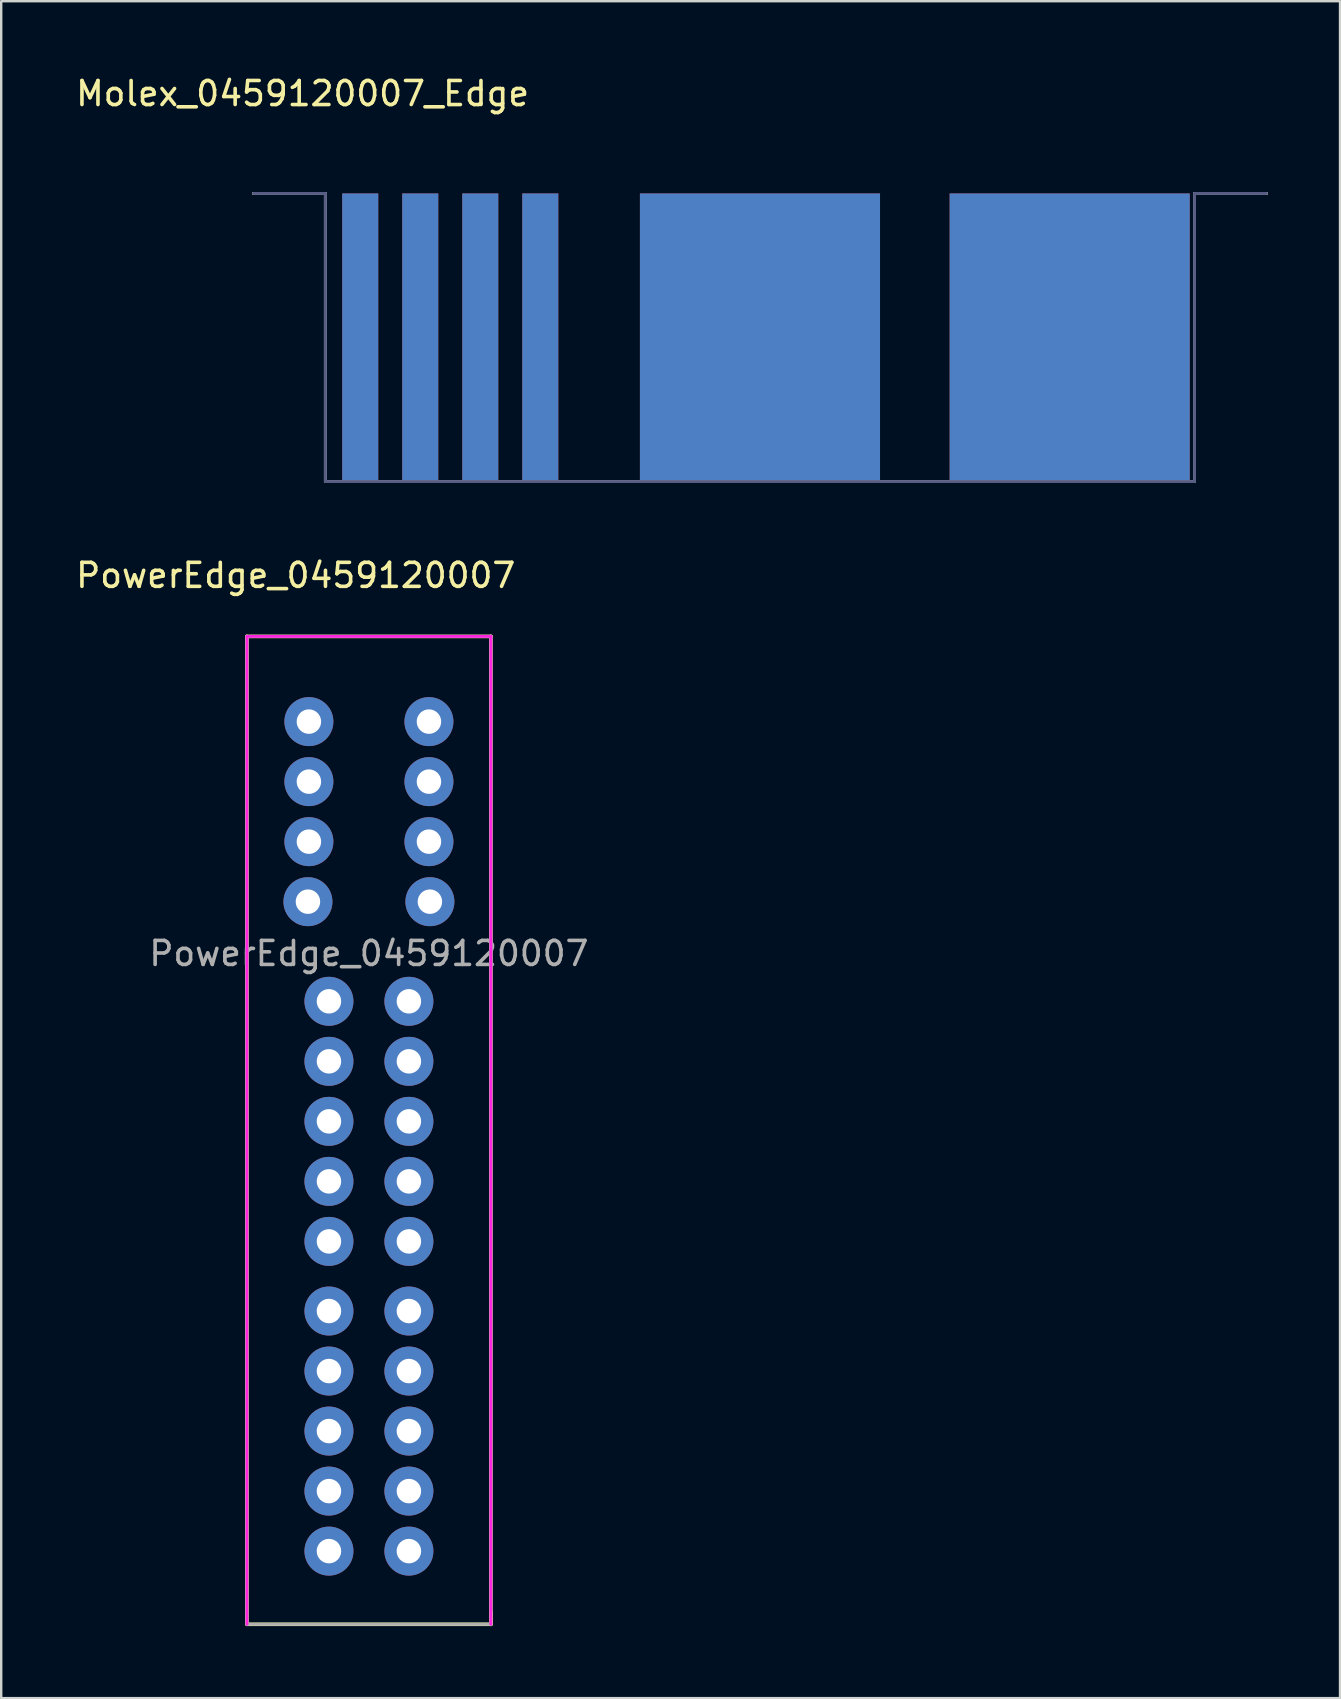
<source format=kicad_pcb>
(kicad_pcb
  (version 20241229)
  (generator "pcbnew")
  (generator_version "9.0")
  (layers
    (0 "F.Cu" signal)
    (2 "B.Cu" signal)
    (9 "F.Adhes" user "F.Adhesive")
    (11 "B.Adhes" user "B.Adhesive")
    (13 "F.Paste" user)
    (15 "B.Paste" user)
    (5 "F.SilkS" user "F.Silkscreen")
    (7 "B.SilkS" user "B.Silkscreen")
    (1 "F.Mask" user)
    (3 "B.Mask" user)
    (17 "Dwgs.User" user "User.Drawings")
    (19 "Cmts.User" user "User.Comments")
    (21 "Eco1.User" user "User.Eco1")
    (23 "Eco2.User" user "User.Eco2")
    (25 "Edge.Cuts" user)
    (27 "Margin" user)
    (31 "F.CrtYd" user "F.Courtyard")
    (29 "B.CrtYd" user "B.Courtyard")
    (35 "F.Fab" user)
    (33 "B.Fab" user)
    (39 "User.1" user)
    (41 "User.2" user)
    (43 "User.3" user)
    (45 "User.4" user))
  (footprint "PowerEdge_0459120007"
    (layer "F.Cu")
    (at 12.316 61.556)
    (property "Reference" "PowerEdge_0459120007" (at -3.048 -40.64 0) (layer "F.SilkS") (effects (font (size 1 1) (thickness 0.15))))
    (attr through_hole)
    (fp_line (start -5.08 -38.1) (end 5.08 -38.1) (stroke (width 0.15) (type solid)) (layer "F.SilkS"))
    (fp_line (start -5.08 3.048) (end -5.08 -38.1) (stroke (width 0.15) (type solid)) (layer "F.SilkS"))
    (fp_line (start -5.08 3.048) (end 5.08 3.048) (stroke (width 0.15) (type solid)) (layer "F.SilkS"))
    (fp_line (start 5.08 -38.1) (end 5.08 3.048) (stroke (width 0.15) (type solid)) (layer "F.SilkS"))
    (fp_line (start 5.08 3.048) (end 5.08 2.54) (stroke (width 0.15) (type solid)) (layer "F.SilkS"))
    (fp_line (start -5.08 -38.1) (end 5.08 -38.1) (stroke (width 0.12) (type solid)) (layer "F.CrtYd"))
    (fp_line (start -5.08 3.048) (end -5.08 -38.1) (stroke (width 0.12) (type solid)) (layer "F.CrtYd"))
    (fp_line (start 5.08 -38.1) (end 5.08 3.048) (stroke (width 0.12) (type solid)) (layer "F.CrtYd"))
    (fp_line (start -5.08 -38.1) (end -5.08 3.048) (stroke (width 0.12) (type solid)) (layer "F.Fab"))
    (fp_line (start -5.08 3.048) (end 5.08 3.048) (stroke (width 0.12) (type solid)) (layer "F.Fab"))
    (fp_line (start 5.08 -38.1) (end -5.08 -38.1) (stroke (width 0.12) (type solid)) (layer "F.Fab"))
    (fp_line (start 5.08 3.048) (end 5.08 -38.1) (stroke (width 0.12) (type solid)) (layer "F.Fab"))
    (fp_text user "${REFERENCE}" (at 0 -24.892 0) (layer "F.Fab") (effects (font (size 1 1) (thickness 0.15))))
    (pad "1" thru_hole circle (at -1.665 -10) (size 2.04 2.04) (drill 1.02) (layers "*.Cu" "*.Mask"))
    (pad "1" thru_hole circle (at -1.665 -7.5) (size 2.04 2.04) (drill 1.02) (layers "*.Cu" "*.Mask"))
    (pad "1" thru_hole circle (at -1.665 -5) (size 2.04 2.04) (drill 1.02) (layers "*.Cu" "*.Mask"))
    (pad "1" thru_hole circle (at -1.665 -2.5) (size 2.04 2.04) (drill 1.02) (layers "*.Cu" "*.Mask"))
    (pad "1" thru_hole circle (at -1.665 0) (size 2.04 2.04) (drill 1.02) (layers "*.Cu" "*.Mask"))
    (pad "2" thru_hole circle (at -1.665 -22.9) (size 2.04 2.04) (drill 1.02) (layers "*.Cu" "*.Mask"))
    (pad "2" thru_hole circle (at -1.665 -20.4) (size 2.04 2.04) (drill 1.02) (layers "*.Cu" "*.Mask"))
    (pad "2" thru_hole circle (at -1.665 -17.9) (size 2.04 2.04) (drill 1.02) (layers "*.Cu" "*.Mask"))
    (pad "2" thru_hole circle (at -1.665 -15.4) (size 2.04 2.04) (drill 1.02) (layers "*.Cu" "*.Mask"))
    (pad "2" thru_hole circle (at -1.665 -12.9) (size 2.04 2.04) (drill 1.02) (layers "*.Cu" "*.Mask"))
    (pad "3" thru_hole circle (at -2.54 -27.05) (size 2.04 2.04) (drill 1.02) (layers "*.Cu" "*.Mask"))
    (pad "4" thru_hole circle (at -2.5 -29.55) (size 2.04 2.04) (drill 1.02) (layers "*.Cu" "*.Mask"))
    (pad "5" thru_hole circle (at -2.5 -32.05) (size 2.04 2.04) (drill 1.02) (layers "*.Cu" "*.Mask"))
    (pad "6" thru_hole circle (at -2.5 -34.55) (size 2.04 2.04) (drill 1.02) (layers "*.Cu" "*.Mask"))
    (pad "7" thru_hole circle (at 1.665 -10) (size 2.04 2.04) (drill 1.02) (layers "*.Cu" "*.Mask"))
    (pad "7" thru_hole circle (at 1.665 -7.5) (size 2.04 2.04) (drill 1.02) (layers "*.Cu" "*.Mask"))
    (pad "7" thru_hole circle (at 1.665 -5) (size 2.04 2.04) (drill 1.02) (layers "*.Cu" "*.Mask"))
    (pad "7" thru_hole circle (at 1.665 -2.5) (size 2.04 2.04) (drill 1.02) (layers "*.Cu" "*.Mask"))
    (pad "7" thru_hole circle (at 1.665 0) (size 2.04 2.04) (drill 1.02) (layers "*.Cu" "*.Mask"))
    (pad "8" thru_hole circle (at 1.665 -22.9) (size 2.04 2.04) (drill 1.02) (layers "*.Cu" "*.Mask"))
    (pad "8" thru_hole circle (at 1.665 -20.4) (size 2.04 2.04) (drill 1.02) (layers "*.Cu" "*.Mask"))
    (pad "8" thru_hole circle (at 1.665 -17.9) (size 2.04 2.04) (drill 1.02) (layers "*.Cu" "*.Mask"))
    (pad "8" thru_hole circle (at 1.665 -15.4) (size 2.04 2.04) (drill 1.02) (layers "*.Cu" "*.Mask"))
    (pad "8" thru_hole circle (at 1.665 -12.9) (size 2.04 2.04) (drill 1.02) (layers "*.Cu" "*.Mask"))
    (pad "9" thru_hole circle (at 2.54 -27.05) (size 2.04 2.04) (drill 1.02) (layers "*.Cu" "*.Mask"))
    (pad "10" thru_hole circle (at 2.5 -29.55) (size 2.04 2.04) (drill 1.02) (layers "*.Cu" "*.Mask"))
    (pad "11" thru_hole circle (at 2.5 -32.05) (size 2.04 2.04) (drill 1.02) (layers "*.Cu" "*.Mask"))
    (pad "12" thru_hole circle (at 2.5 -34.55) (size 2.04 2.04) (drill 1.02) (layers "*.Cu" "*.Mask")))
  (footprint "Molex_0459120007_Edge"
    (layer "F.Cu")
    (at 28.604 5.008)
    (property "Reference" "Molex_0459120007_Edge" (at -19.05 -4.16 0) (layer "F.SilkS") (effects (font (size 1 1) (thickness 0.15))))
    (attr through_hole)
    (fp_poly (pts (xy 18.098 12.002) (xy -18.098 12.002) (xy -18.098 0) (xy 18.098 0)) (stroke (width 0.1) (type solid)) (fill yes) (layer "F.Mask"))
    (fp_poly (pts (xy 18.098 12.002) (xy -18.098 12.002) (xy -18.098 0) (xy 18.098 0)) (stroke (width 0.1) (type solid)) (fill yes) (layer "B.Mask"))
    (fp_line (start -18.1 0) (end -21.1 0) (stroke (width 0.12) (type solid)) (layer "F.SilkS"))
    (fp_line (start -18.1 12) (end -18.1 0) (stroke (width 0.12) (type solid)) (layer "F.SilkS"))
    (fp_line (start -18.1 12) (end 18.1 12) (stroke (width 0.12) (type solid)) (layer "F.SilkS"))
    (fp_line (start 18.1 0) (end 21.1 0) (stroke (width 0.12) (type solid)) (layer "F.SilkS"))
    (fp_line (start 18.1 12) (end 18.1 0) (stroke (width 0.12) (type solid)) (layer "F.SilkS"))
    (fp_line (start -18.1 0) (end -21.1 0) (stroke (width 0.12) (type solid)) (layer "B.SilkS"))
    (fp_line (start -18.1 12) (end -18.1 0) (stroke (width 0.12) (type solid)) (layer "B.SilkS"))
    (fp_line (start -18.1 12) (end 18.1 12) (stroke (width 0.12) (type solid)) (layer "B.SilkS"))
    (fp_line (start 18.1 0) (end 21.1 0) (stroke (width 0.12) (type solid)) (layer "B.SilkS"))
    (fp_line (start 18.1 12) (end 18.1 0) (stroke (width 0.12) (type solid)) (layer "B.SilkS"))
    (fp_line (start -18.1 0) (end -21.1 0) (stroke (width 0.12) (type solid)) (layer "B.Fab"))
    (fp_line (start -18.1 12) (end -18.1 0) (stroke (width 0.12) (type solid)) (layer "B.Fab"))
    (fp_line (start -18.1 12) (end 18.1 12) (stroke (width 0.12) (type solid)) (layer "B.Fab"))
    (fp_line (start 18.1 0) (end 21.1 0) (stroke (width 0.12) (type solid)) (layer "B.Fab"))
    (fp_line (start 18.1 12) (end 18.1 0) (stroke (width 0.12) (type solid)) (layer "B.Fab"))
    (fp_line (start -18.1 0) (end -21.1 0) (stroke (width 0.12) (type solid)) (layer "F.Fab"))
    (fp_line (start -18.1 12) (end -18.1 0) (stroke (width 0.12) (type solid)) (layer "F.Fab"))
    (fp_line (start -18.1 12) (end 18.1 12) (stroke (width 0.12) (type solid)) (layer "F.Fab"))
    (fp_line (start 18.1 0) (end 21.1 0) (stroke (width 0.12) (type solid)) (layer "F.Fab"))
    (fp_line (start 18.1 12) (end 18.1 0) (stroke (width 0.12) (type solid)) (layer "F.Fab"))
    (pad "1" smd rect (at 12.9 6) (size 10 12) (layers "F.Cu" "F.Mask"))
    (pad "2" smd rect (at 0 6) (size 10 12) (layers "F.Cu" "F.Mask"))
    (pad "3" smd rect (at -9.15 6) (size 1.5 12) (layers "F.Cu" "F.Mask"))
    (pad "4" smd rect (at -11.65 6) (size 1.5 12) (layers "F.Cu" "F.Mask"))
    (pad "5" smd rect (at -14.15 6) (size 1.5 12) (layers "F.Cu" "F.Mask"))
    (pad "6" smd rect (at -16.65 6) (size 1.5 12) (layers "F.Cu" "F.Mask"))
    (pad "7" smd rect (at 12.9 6) (size 10 12) (layers "B.Cu" "B.Mask"))
    (pad "8" smd rect (at 0 6) (size 10 12) (layers "B.Cu" "B.Mask"))
    (pad "9" smd rect (at -9.15 6) (size 1.5 12) (layers "B.Cu" "B.Mask"))
    (pad "10" smd rect (at -11.65 6) (size 1.5 12) (layers "B.Cu" "B.Mask"))
    (pad "11" smd rect (at -14.15 6) (size 1.5 12) (layers "B.Cu" "B.Mask"))
    (pad "12" smd rect (at -16.65 6) (size 1.5 12) (layers "B.Cu" "B.Mask")))
  (gr_rect
    (start -3 -3)
    (end 52.764 67.68)
    (stroke (width 0.1) (type default))
    (fill no)
    (layer "Edge.Cuts")))
</source>
